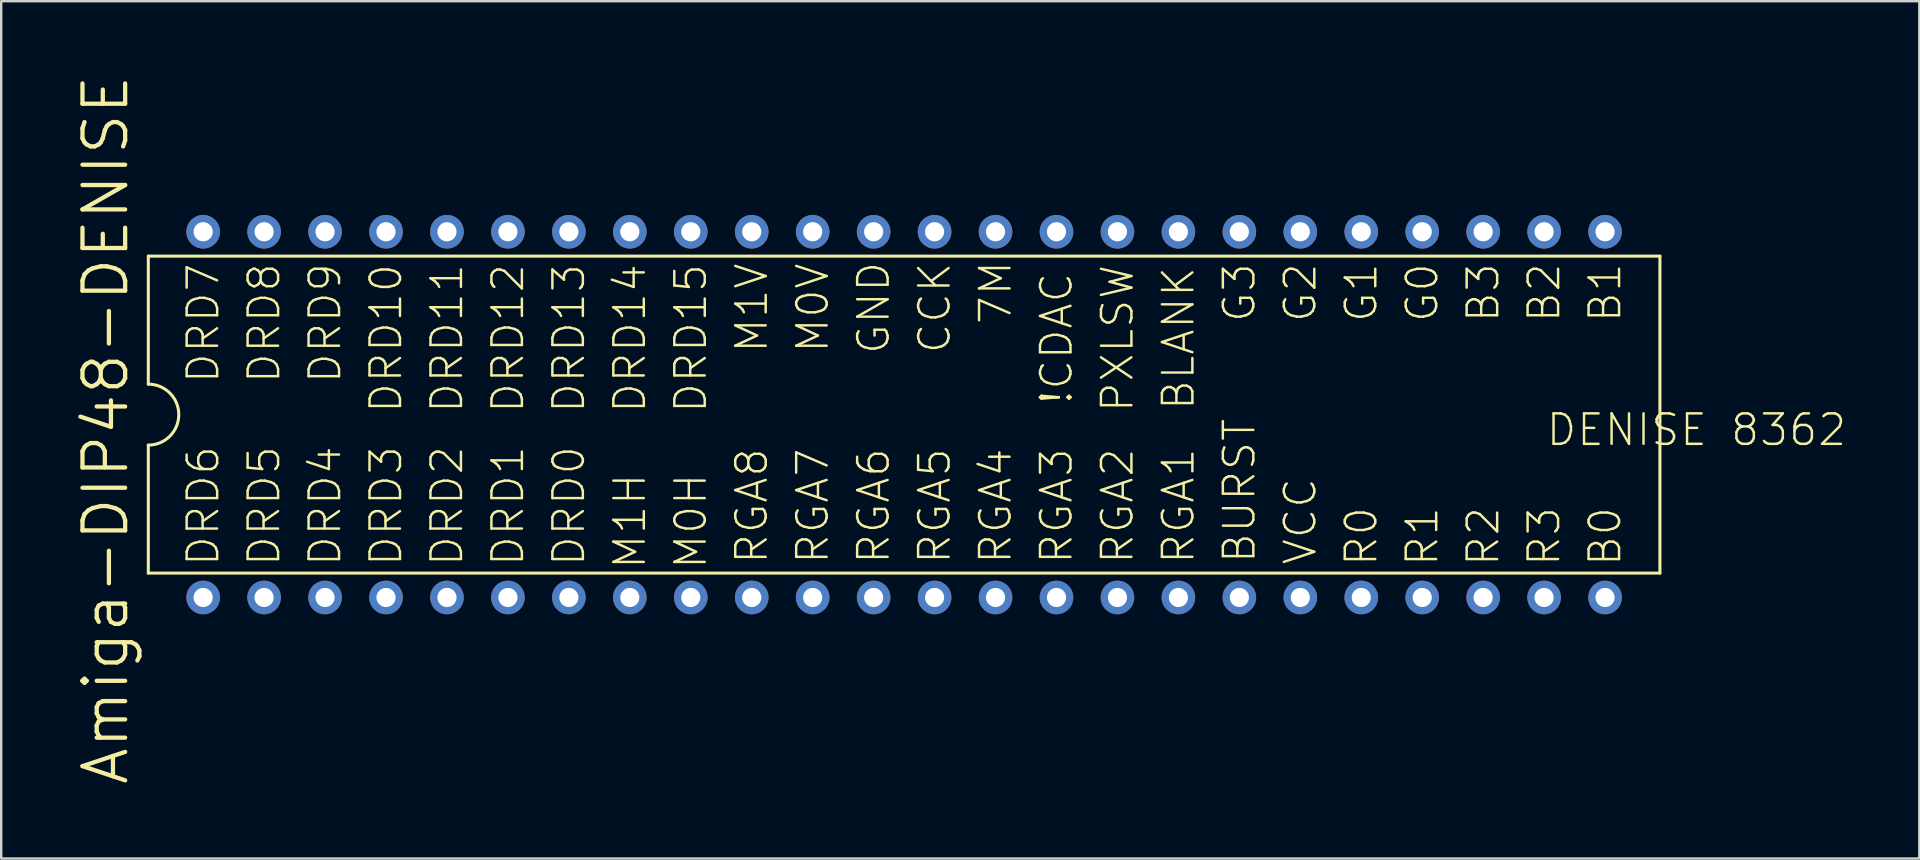
<source format=kicad_pcb>
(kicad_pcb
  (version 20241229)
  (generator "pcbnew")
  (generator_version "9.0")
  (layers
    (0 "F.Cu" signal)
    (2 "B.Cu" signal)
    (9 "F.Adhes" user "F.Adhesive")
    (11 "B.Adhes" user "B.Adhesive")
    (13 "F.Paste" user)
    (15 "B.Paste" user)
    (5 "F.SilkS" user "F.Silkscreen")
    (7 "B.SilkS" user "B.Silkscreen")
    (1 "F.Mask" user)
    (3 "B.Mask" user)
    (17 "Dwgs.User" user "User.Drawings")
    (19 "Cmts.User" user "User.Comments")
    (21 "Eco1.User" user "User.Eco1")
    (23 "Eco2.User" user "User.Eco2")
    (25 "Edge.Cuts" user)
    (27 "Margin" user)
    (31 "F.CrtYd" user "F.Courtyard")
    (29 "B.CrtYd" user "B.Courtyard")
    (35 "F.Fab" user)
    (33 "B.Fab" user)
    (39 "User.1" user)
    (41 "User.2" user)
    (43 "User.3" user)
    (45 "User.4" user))
  (footprint "Amiga-DIP48-DENISE"
    (layer "F.Cu")
    (at 34.626 14.228)
    (property "Reference" "Amiga-DIP48-DENISE" (at -33.274 0.635 90) (layer "F.SilkS") (effects (font (size 1.778 1.778) (thickness 0.178))))
    (attr exclude_from_pos_files exclude_from_bom)
    (fp_line (start -31.496 -6.604) (end -31.496 -1.27) (stroke (width 0.127) (type solid)) (layer "F.SilkS"))
    (fp_line (start -31.496 -6.604) (end 31.496 -6.604) (stroke (width 0.127) (type solid)) (layer "F.SilkS"))
    (fp_line (start -31.496 1.27) (end -31.496 6.604) (stroke (width 0.127) (type solid)) (layer "F.SilkS"))
    (fp_line (start -31.496 6.604) (end 31.496 6.604) (stroke (width 0.127) (type solid)) (layer "F.SilkS"))
    (fp_line (start 31.496 6.604) (end 31.496 -6.604) (stroke (width 0.127) (type solid)) (layer "F.SilkS"))
    (fp_arc (start -31.496 -1.27) (mid -30.226 0) (end -31.496 1.27) (stroke (width 0.127) (type solid)) (layer "F.SilkS"))
    (fp_text user "DRD7" (at -29.21 -3.81 90) (layer "F.SilkS") (effects (font (size 1.27 1.27) (thickness 0.102))))
    (fp_text user "VCC" (at 16.51 4.445 90) (layer "F.SilkS") (effects (font (size 1.27 1.27) (thickness 0.102))))
    (fp_text user "B1" (at 29.21 -5.08 90) (layer "F.SilkS") (effects (font (size 1.27 1.27) (thickness 0.102))))
    (fp_text user "DRD10" (at -21.59 -3.175 90) (layer "F.SilkS") (effects (font (size 1.27 1.27) (thickness 0.102))))
    (fp_text user "RGA1" (at 11.43 3.81 90) (layer "F.SilkS") (effects (font (size 1.27 1.27) (thickness 0.102))))
    (fp_text user "DRD6" (at -29.21 3.81 90) (layer "F.SilkS") (effects (font (size 1.27 1.27) (thickness 0.102))))
    (fp_text user "G3" (at 13.97 -5.08 90) (layer "F.SilkS") (effects (font (size 1.27 1.27) (thickness 0.102))))
    (fp_text user "M1H" (at -11.43 4.445 90) (layer "F.SilkS") (effects (font (size 1.27 1.27) (thickness 0.102))))
    (fp_text user "DRD11" (at -19.05 -3.175 90) (layer "F.SilkS") (effects (font (size 1.27 1.27) (thickness 0.102))))
    (fp_text user "RGA6" (at -1.27 3.81 90) (layer "F.SilkS") (effects (font (size 1.27 1.27) (thickness 0.102))))
    (fp_text user "M0H" (at -8.89 4.445 90) (layer "F.SilkS") (effects (font (size 1.27 1.27) (thickness 0.102))))
    (fp_text user "PXLSW" (at 8.89 -3.175 90) (layer "F.SilkS") (effects (font (size 1.27 1.27) (thickness 0.102))))
    (fp_text user "RGA3" (at 6.35 3.81 90) (layer "F.SilkS") (effects (font (size 1.27 1.27) (thickness 0.102))))
    (fp_text user "!CDAC" (at 6.35 -3.175 90) (layer "F.SilkS") (effects (font (size 1.27 1.27) (thickness 0.102))))
    (fp_text user "RGA8" (at -6.35 3.81 90) (layer "F.SilkS") (effects (font (size 1.27 1.27) (thickness 0.102))))
    (fp_text user "R3" (at 26.67 5.08 90) (layer "F.SilkS") (effects (font (size 1.27 1.27) (thickness 0.102))))
    (fp_text user "R1" (at 21.59 5.08 90) (layer "F.SilkS") (effects (font (size 1.27 1.27) (thickness 0.102))))
    (fp_text user "DRD14" (at -11.43 -3.175 90) (layer "F.SilkS") (effects (font (size 1.27 1.27) (thickness 0.102))))
    (fp_text user "DRD4" (at -24.13 3.81 90) (layer "F.SilkS") (effects (font (size 1.27 1.27) (thickness 0.102))))
    (fp_text user "GND" (at -1.27 -4.445 90) (layer "F.SilkS") (effects (font (size 1.27 1.27) (thickness 0.102))))
    (fp_text user "DRD2" (at -19.05 3.81 90) (layer "F.SilkS") (effects (font (size 1.27 1.27) (thickness 0.102))))
    (fp_text user "DRD1" (at -16.51 3.81 90) (layer "F.SilkS") (effects (font (size 1.27 1.27) (thickness 0.102))))
    (fp_text user "RGA5" (at 1.27 3.81 90) (layer "F.SilkS") (effects (font (size 1.27 1.27) (thickness 0.102))))
    (fp_text user "G1" (at 19.05 -5.08 90) (layer "F.SilkS") (effects (font (size 1.27 1.27) (thickness 0.102))))
    (fp_text user "DRD5" (at -26.67 3.81 90) (layer "F.SilkS") (effects (font (size 1.27 1.27) (thickness 0.102))))
    (fp_text user "DRD8" (at -26.67 -3.81 90) (layer "F.SilkS") (effects (font (size 1.27 1.27) (thickness 0.102))))
    (fp_text user "DRD13" (at -13.97 -3.175 90) (layer "F.SilkS") (effects (font (size 1.27 1.27) (thickness 0.102))))
    (fp_text user "M1V" (at -6.35 -4.445 90) (layer "F.SilkS") (effects (font (size 1.27 1.27) (thickness 0.102))))
    (fp_text user "DRD3" (at -21.59 3.81 90) (layer "F.SilkS") (effects (font (size 1.27 1.27) (thickness 0.102))))
    (fp_text user "M0V" (at -3.81 -4.445 90) (layer "F.SilkS") (effects (font (size 1.27 1.27) (thickness 0.102))))
    (fp_text user "B2" (at 26.67 -5.08 90) (layer "F.SilkS") (effects (font (size 1.27 1.27) (thickness 0.102))))
    (fp_text user "G0" (at 21.59 -5.08 90) (layer "F.SilkS") (effects (font (size 1.27 1.27) (thickness 0.102))))
    (fp_text user "B0" (at 29.21 5.08 90) (layer "F.SilkS") (effects (font (size 1.27 1.27) (thickness 0.102))))
    (fp_text user "RGA7" (at -3.81 3.81 90) (layer "F.SilkS") (effects (font (size 1.27 1.27) (thickness 0.102))))
    (fp_text user "BLANK" (at 11.43 -3.175 90) (layer "F.SilkS") (effects (font (size 1.27 1.27) (thickness 0.102))))
    (fp_text user "RGA2" (at 8.89 3.81 90) (layer "F.SilkS") (effects (font (size 1.27 1.27) (thickness 0.102))))
    (fp_text user "DENISE 8362\n" (at 33.02 0.635 0) (layer "F.SilkS") (effects (font (size 1.27 1.27) (thickness 0.102))))
    (fp_text user "7M" (at 3.81 -5.08 90) (layer "F.SilkS") (effects (font (size 1.27 1.27) (thickness 0.102))))
    (fp_text user "G2" (at 16.51 -5.08 90) (layer "F.SilkS") (effects (font (size 1.27 1.27) (thickness 0.102))))
    (fp_text user "R0" (at 19.05 5.08 90) (layer "F.SilkS") (effects (font (size 1.27 1.27) (thickness 0.102))))
    (fp_text user "BURST" (at 13.97 3.175 90) (layer "F.SilkS") (effects (font (size 1.27 1.27) (thickness 0.102))))
    (fp_text user "DRD15" (at -8.89 -3.175 90) (layer "F.SilkS") (effects (font (size 1.27 1.27) (thickness 0.102))))
    (fp_text user "DRD9" (at -24.13 -3.81 90) (layer "F.SilkS") (effects (font (size 1.27 1.27) (thickness 0.102))))
    (fp_text user "DRD12" (at -16.51 -3.175 90) (layer "F.SilkS") (effects (font (size 1.27 1.27) (thickness 0.102))))
    (fp_text user "R2" (at 24.13 5.08 90) (layer "F.SilkS") (effects (font (size 1.27 1.27) (thickness 0.102))))
    (fp_text user "RGA4" (at 3.81 3.81 90) (layer "F.SilkS") (effects (font (size 1.27 1.27) (thickness 0.102))))
    (fp_text user "CCK" (at 1.27 -4.445 90) (layer "F.SilkS") (effects (font (size 1.27 1.27) (thickness 0.102))))
    (fp_text user "B3" (at 24.13 -5.08 90) (layer "F.SilkS") (effects (font (size 1.27 1.27) (thickness 0.102))))
    (fp_text user "DRD0" (at -13.97 3.81 90) (layer "F.SilkS") (effects (font (size 1.27 1.27) (thickness 0.102))))
    (pad "1" thru_hole circle (at -29.21 7.62) (size 1.4 1.4) (drill 0.798) (layers "*.Cu" "*.Paste" "*.Mask"))
    (pad "2" thru_hole circle (at -26.67 7.62) (size 1.4 1.4) (drill 0.798) (layers "*.Cu" "*.Paste" "*.Mask"))
    (pad "3" thru_hole circle (at -24.13 7.62) (size 1.4 1.4) (drill 0.798) (layers "*.Cu" "*.Paste" "*.Mask"))
    (pad "4" thru_hole circle (at -21.59 7.62) (size 1.4 1.4) (drill 0.798) (layers "*.Cu" "*.Paste" "*.Mask"))
    (pad "5" thru_hole circle (at -19.05 7.62) (size 1.4 1.4) (drill 0.798) (layers "*.Cu" "*.Paste" "*.Mask"))
    (pad "6" thru_hole circle (at -16.51 7.62) (size 1.4 1.4) (drill 0.798) (layers "*.Cu" "*.Paste" "*.Mask"))
    (pad "7" thru_hole circle (at -13.97 7.62) (size 1.4 1.4) (drill 0.798) (layers "*.Cu" "*.Paste" "*.Mask"))
    (pad "8" thru_hole circle (at -11.43 7.62) (size 1.4 1.4) (drill 0.798) (layers "*.Cu" "*.Paste" "*.Mask"))
    (pad "9" thru_hole circle (at -8.89 7.62) (size 1.4 1.4) (drill 0.798) (layers "*.Cu" "*.Paste" "*.Mask"))
    (pad "10" thru_hole circle (at -6.35 7.62) (size 1.4 1.4) (drill 0.798) (layers "*.Cu" "*.Paste" "*.Mask"))
    (pad "11" thru_hole circle (at -3.81 7.62) (size 1.4 1.4) (drill 0.798) (layers "*.Cu" "*.Paste" "*.Mask"))
    (pad "12" thru_hole circle (at -1.27 7.62) (size 1.4 1.4) (drill 0.798) (layers "*.Cu" "*.Paste" "*.Mask"))
    (pad "13" thru_hole circle (at 1.27 7.62) (size 1.4 1.4) (drill 0.798) (layers "*.Cu" "*.Paste" "*.Mask"))
    (pad "14" thru_hole circle (at 3.81 7.62) (size 1.4 1.4) (drill 0.798) (layers "*.Cu" "*.Paste" "*.Mask"))
    (pad "15" thru_hole circle (at 6.35 7.62) (size 1.4 1.4) (drill 0.798) (layers "*.Cu" "*.Paste" "*.Mask"))
    (pad "16" thru_hole circle (at 8.89 7.62) (size 1.4 1.4) (drill 0.798) (layers "*.Cu" "*.Paste" "*.Mask"))
    (pad "17" thru_hole circle (at 11.43 7.62) (size 1.4 1.4) (drill 0.798) (layers "*.Cu" "*.Paste" "*.Mask"))
    (pad "18" thru_hole circle (at 13.97 7.62) (size 1.4 1.4) (drill 0.798) (layers "*.Cu" "*.Paste" "*.Mask"))
    (pad "19" thru_hole circle (at 16.51 7.62) (size 1.4 1.4) (drill 0.798) (layers "*.Cu" "*.Paste" "*.Mask"))
    (pad "20" thru_hole circle (at 19.05 7.62) (size 1.4 1.4) (drill 0.798) (layers "*.Cu" "*.Paste" "*.Mask"))
    (pad "21" thru_hole circle (at 21.59 7.62) (size 1.4 1.4) (drill 0.798) (layers "*.Cu" "*.Paste" "*.Mask"))
    (pad "22" thru_hole circle (at 24.13 7.62) (size 1.4 1.4) (drill 0.798) (layers "*.Cu" "*.Paste" "*.Mask"))
    (pad "23" thru_hole circle (at 26.67 7.62) (size 1.4 1.4) (drill 0.798) (layers "*.Cu" "*.Paste" "*.Mask"))
    (pad "24" thru_hole circle (at 29.21 7.62) (size 1.4 1.4) (drill 0.798) (layers "*.Cu" "*.Paste" "*.Mask"))
    (pad "25" thru_hole circle (at 29.21 -7.62) (size 1.4 1.4) (drill 0.798) (layers "*.Cu" "*.Paste" "*.Mask"))
    (pad "26" thru_hole circle (at 26.67 -7.62) (size 1.4 1.4) (drill 0.798) (layers "*.Cu" "*.Paste" "*.Mask"))
    (pad "27" thru_hole circle (at 24.13 -7.62) (size 1.4 1.4) (drill 0.798) (layers "*.Cu" "*.Paste" "*.Mask"))
    (pad "28" thru_hole circle (at 21.59 -7.62) (size 1.4 1.4) (drill 0.798) (layers "*.Cu" "*.Paste" "*.Mask"))
    (pad "29" thru_hole circle (at 19.05 -7.62) (size 1.4 1.4) (drill 0.798) (layers "*.Cu" "*.Paste" "*.Mask"))
    (pad "30" thru_hole circle (at 16.51 -7.62) (size 1.4 1.4) (drill 0.798) (layers "*.Cu" "*.Paste" "*.Mask"))
    (pad "31" thru_hole circle (at 13.97 -7.62) (size 1.4 1.4) (drill 0.798) (layers "*.Cu" "*.Paste" "*.Mask"))
    (pad "32" thru_hole circle (at 11.43 -7.62) (size 1.4 1.4) (drill 0.798) (layers "*.Cu" "*.Paste" "*.Mask"))
    (pad "33" thru_hole circle (at 8.89 -7.62) (size 1.4 1.4) (drill 0.798) (layers "*.Cu" "*.Paste" "*.Mask"))
    (pad "34" thru_hole circle (at 6.35 -7.62) (size 1.4 1.4) (drill 0.798) (layers "*.Cu" "*.Paste" "*.Mask"))
    (pad "35" thru_hole circle (at 3.81 -7.62) (size 1.4 1.4) (drill 0.798) (layers "*.Cu" "*.Paste" "*.Mask"))
    (pad "36" thru_hole circle (at 1.27 -7.62) (size 1.4 1.4) (drill 0.798) (layers "*.Cu" "*.Paste" "*.Mask"))
    (pad "37" thru_hole circle (at -1.27 -7.62) (size 1.4 1.4) (drill 0.798) (layers "*.Cu" "*.Paste" "*.Mask"))
    (pad "38" thru_hole circle (at -3.81 -7.62) (size 1.4 1.4) (drill 0.798) (layers "*.Cu" "*.Paste" "*.Mask"))
    (pad "39" thru_hole circle (at -6.35 -7.62) (size 1.4 1.4) (drill 0.798) (layers "*.Cu" "*.Paste" "*.Mask"))
    (pad "40" thru_hole circle (at -8.89 -7.62) (size 1.4 1.4) (drill 0.798) (layers "*.Cu" "*.Paste" "*.Mask"))
    (pad "41" thru_hole circle (at -11.43 -7.62) (size 1.4 1.4) (drill 0.798) (layers "*.Cu" "*.Paste" "*.Mask"))
    (pad "42" thru_hole circle (at -13.97 -7.62) (size 1.4 1.4) (drill 0.798) (layers "*.Cu" "*.Paste" "*.Mask"))
    (pad "43" thru_hole circle (at -16.51 -7.62) (size 1.4 1.4) (drill 0.798) (layers "*.Cu" "*.Paste" "*.Mask"))
    (pad "44" thru_hole circle (at -19.05 -7.62) (size 1.4 1.4) (drill 0.798) (layers "*.Cu" "*.Paste" "*.Mask"))
    (pad "45" thru_hole circle (at -21.59 -7.62) (size 1.4 1.4) (drill 0.798) (layers "*.Cu" "*.Paste" "*.Mask"))
    (pad "46" thru_hole circle (at -24.13 -7.62) (size 1.4 1.4) (drill 0.798) (layers "*.Cu" "*.Paste" "*.Mask"))
    (pad "47" thru_hole circle (at -26.67 -7.62) (size 1.4 1.4) (drill 0.798) (layers "*.Cu" "*.Paste" "*.Mask"))
    (pad "48" thru_hole circle (at -29.21 -7.62) (size 1.4 1.4) (drill 0.798) (layers "*.Cu" "*.Paste" "*.Mask")))
  (gr_rect
    (start -3 -3)
    (end 76.931 32.726)
    (stroke (width 0.1) (type default))
    (fill no)
    (layer "Edge.Cuts")))
</source>
